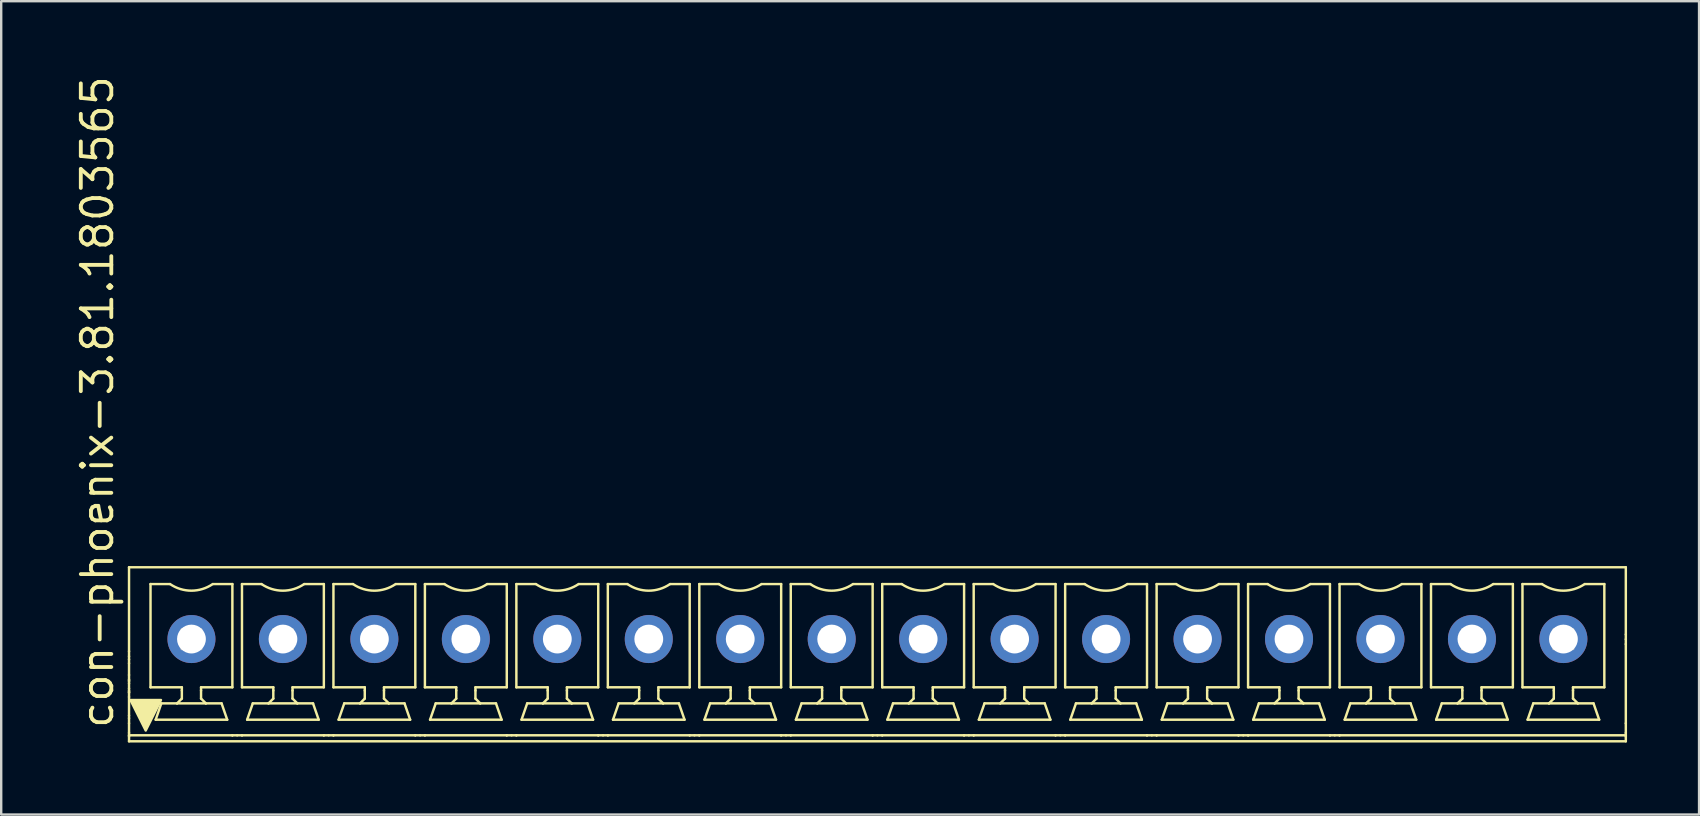
<source format=kicad_pcb>
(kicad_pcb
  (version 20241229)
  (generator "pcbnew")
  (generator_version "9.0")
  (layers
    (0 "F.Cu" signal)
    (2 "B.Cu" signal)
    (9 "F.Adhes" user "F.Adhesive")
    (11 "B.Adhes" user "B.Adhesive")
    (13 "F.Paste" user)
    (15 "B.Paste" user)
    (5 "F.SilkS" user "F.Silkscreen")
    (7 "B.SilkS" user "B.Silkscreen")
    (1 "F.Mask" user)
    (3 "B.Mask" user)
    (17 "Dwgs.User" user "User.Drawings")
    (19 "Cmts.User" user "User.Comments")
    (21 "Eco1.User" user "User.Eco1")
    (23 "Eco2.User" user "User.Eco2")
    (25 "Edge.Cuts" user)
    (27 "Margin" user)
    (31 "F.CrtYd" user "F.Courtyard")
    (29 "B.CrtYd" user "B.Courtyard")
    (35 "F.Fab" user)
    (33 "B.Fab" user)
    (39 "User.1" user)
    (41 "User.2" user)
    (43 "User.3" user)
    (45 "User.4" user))
  (footprint "con-phoenix-3.81.1803565"
    (layer "F.Cu")
    (at 33.5 24.205)
    (property "Reference" "con-phoenix-3.81.1803565" (at -31.75 3.175 90) (layer "F.SilkS") (effects (font (size 1.27 1.27) (thickness 0.16)) (justify left bottom)))
    (attr through_hole)
    (fp_line (start -31.175 -0.125) (end -31.175 -3.625) (stroke (width 0.102) (type default)) (layer "F.SilkS"))
    (fp_line (start -31.175 0.086) (end -31.175 -0.125) (stroke (width 0.102) (type default)) (layer "F.SilkS"))
    (fp_line (start -31.175 0.217) (end -31.175 0.086) (stroke (width 0.102) (type default)) (layer "F.SilkS"))
    (fp_line (start -31.175 0.375) (end -31.175 0.217) (stroke (width 0.102) (type default)) (layer "F.SilkS"))
    (fp_line (start -31.175 0.863) (end -31.175 0.375) (stroke (width 0.102) (type default)) (layer "F.SilkS"))
    (fp_line (start -31.175 1.051) (end -31.175 0.863) (stroke (width 0.102) (type default)) (layer "F.SilkS"))
    (fp_line (start -31.175 1.091) (end -31.175 1.051) (stroke (width 0.102) (type default)) (layer "F.SilkS"))
    (fp_line (start -31.175 1.121) (end -31.175 1.091) (stroke (width 0.102) (type default)) (layer "F.SilkS"))
    (fp_line (start -31.175 1.21) (end -31.175 1.121) (stroke (width 0.102) (type default)) (layer "F.SilkS"))
    (fp_line (start -31.175 1.43) (end -31.175 1.21) (stroke (width 0.102) (type default)) (layer "F.SilkS"))
    (fp_line (start -31.175 1.519) (end -31.175 1.43) (stroke (width 0.102) (type default)) (layer "F.SilkS"))
    (fp_line (start -31.175 1.548) (end -31.175 1.519) (stroke (width 0.102) (type default)) (layer "F.SilkS"))
    (fp_line (start -31.175 1.588) (end -31.175 1.548) (stroke (width 0.102) (type default)) (layer "F.SilkS"))
    (fp_line (start -31.175 1.601) (end -31.175 1.588) (stroke (width 0.102) (type default)) (layer "F.SilkS"))
    (fp_line (start -31.175 1.777) (end -31.175 1.601) (stroke (width 0.102) (type default)) (layer "F.SilkS"))
    (fp_line (start -31.175 2.552) (end -31.175 1.777) (stroke (width 0.102) (type default)) (layer "F.SilkS"))
    (fp_line (start -31.175 2.664) (end -31.175 2.552) (stroke (width 0.102) (type default)) (layer "F.SilkS"))
    (fp_line (start -31.175 2.875) (end -31.175 2.664) (stroke (width 0.102) (type default)) (layer "F.SilkS"))
    (fp_line (start -31.175 3.275) (end -31.175 2.875) (stroke (width 0.102) (type default)) (layer "F.SilkS"))
    (fp_line (start -31.175 3.375) (end -31.175 3.275) (stroke (width 0.102) (type default)) (layer "F.SilkS"))
    (fp_line (start -31.175 3.375) (end -26.871 3.375) (stroke (width 0.102) (type default)) (layer "F.SilkS"))
    (fp_line (start -31.175 3.425) (end -31.175 3.375) (stroke (width 0.102) (type default)) (layer "F.SilkS"))
    (fp_line (start -31.175 3.625) (end -31.175 3.425) (stroke (width 0.102) (type default)) (layer "F.SilkS"))
    (fp_line (start -31.175 3.625) (end 31.175 3.625) (stroke (width 0.102) (type default)) (layer "F.SilkS"))
    (fp_line (start -30.28 -2.925) (end -29.475 -2.925) (stroke (width 0.102) (type default)) (layer "F.SilkS"))
    (fp_line (start -30.28 1.375) (end -30.28 -2.925) (stroke (width 0.102) (type default)) (layer "F.SilkS"))
    (fp_line (start -30.065 2.725) (end -29.83 2.045) (stroke (width 0.102) (type default)) (layer "F.SilkS"))
    (fp_line (start -29.83 2.045) (end -29.175 2.045) (stroke (width 0.102) (type default)) (layer "F.SilkS"))
    (fp_line (start -29.175 2.045) (end -28.975 1.845) (stroke (width 0.102) (type default)) (layer "F.SilkS"))
    (fp_line (start -29.175 2.045) (end -27.975 2.045) (stroke (width 0.102) (type default)) (layer "F.SilkS"))
    (fp_line (start -28.975 1.375) (end -30.28 1.375) (stroke (width 0.102) (type default)) (layer "F.SilkS"))
    (fp_line (start -28.975 1.509) (end -28.975 1.375) (stroke (width 0.102) (type default)) (layer "F.SilkS"))
    (fp_line (start -28.975 1.845) (end -28.975 1.509) (stroke (width 0.102) (type default)) (layer "F.SilkS"))
    (fp_line (start -28.175 1.375) (end -28.175 1.509) (stroke (width 0.102) (type default)) (layer "F.SilkS"))
    (fp_line (start -28.175 1.509) (end -28.175 1.845) (stroke (width 0.102) (type default)) (layer "F.SilkS"))
    (fp_line (start -28.175 1.845) (end -27.975 2.045) (stroke (width 0.102) (type default)) (layer "F.SilkS"))
    (fp_line (start -27.975 2.045) (end -27.32 2.045) (stroke (width 0.102) (type default)) (layer "F.SilkS"))
    (fp_line (start -27.675 -2.925) (end -26.87 -2.925) (stroke (width 0.102) (type default)) (layer "F.SilkS"))
    (fp_line (start -27.32 2.045) (end -27.085 2.725) (stroke (width 0.102) (type default)) (layer "F.SilkS"))
    (fp_line (start -27.085 2.725) (end -30.065 2.725) (stroke (width 0.102) (type default)) (layer "F.SilkS"))
    (fp_line (start -26.871 3.375) (end -26.87 3.375) (stroke (width 0.102) (type default)) (layer "F.SilkS"))
    (fp_line (start -26.87 1.375) (end -28.175 1.375) (stroke (width 0.102) (type default)) (layer "F.SilkS"))
    (fp_line (start -26.87 1.375) (end -26.87 -2.925) (stroke (width 0.102) (type default)) (layer "F.SilkS"))
    (fp_line (start -26.87 3.375) (end -26.67 3.375) (stroke (width 0.102) (type default)) (layer "F.SilkS"))
    (fp_line (start -26.67 3.375) (end -26.47 3.375) (stroke (width 0.102) (type default)) (layer "F.SilkS"))
    (fp_line (start -26.47 -2.925) (end -25.665 -2.925) (stroke (width 0.102) (type default)) (layer "F.SilkS"))
    (fp_line (start -26.47 1.375) (end -26.47 -2.925) (stroke (width 0.102) (type default)) (layer "F.SilkS"))
    (fp_line (start -26.47 3.375) (end -26.469 3.375) (stroke (width 0.102) (type default)) (layer "F.SilkS"))
    (fp_line (start -26.469 3.375) (end -23.061 3.375) (stroke (width 0.102) (type default)) (layer "F.SilkS"))
    (fp_line (start -26.255 2.725) (end -23.275 2.725) (stroke (width 0.102) (type default)) (layer "F.SilkS"))
    (fp_line (start -26.02 2.045) (end -26.255 2.725) (stroke (width 0.102) (type default)) (layer "F.SilkS"))
    (fp_line (start -25.365 2.045) (end -26.02 2.045) (stroke (width 0.102) (type default)) (layer "F.SilkS"))
    (fp_line (start -25.365 2.045) (end -25.165 1.845) (stroke (width 0.102) (type default)) (layer "F.SilkS"))
    (fp_line (start -25.365 2.045) (end -24.165 2.045) (stroke (width 0.102) (type default)) (layer "F.SilkS"))
    (fp_line (start -25.165 1.375) (end -26.47 1.375) (stroke (width 0.102) (type default)) (layer "F.SilkS"))
    (fp_line (start -25.165 1.375) (end -25.165 1.509) (stroke (width 0.102) (type default)) (layer "F.SilkS"))
    (fp_line (start -25.165 1.509) (end -25.165 1.845) (stroke (width 0.102) (type default)) (layer "F.SilkS"))
    (fp_line (start -24.365 1.375) (end -24.365 1.509) (stroke (width 0.102) (type default)) (layer "F.SilkS"))
    (fp_line (start -24.365 1.509) (end -24.365 1.845) (stroke (width 0.102) (type default)) (layer "F.SilkS"))
    (fp_line (start -24.365 1.845) (end -24.165 2.045) (stroke (width 0.102) (type default)) (layer "F.SilkS"))
    (fp_line (start -24.165 2.045) (end -23.51 2.045) (stroke (width 0.102) (type default)) (layer "F.SilkS"))
    (fp_line (start -23.865 -2.925) (end -23.06 -2.925) (stroke (width 0.102) (type default)) (layer "F.SilkS"))
    (fp_line (start -23.51 2.045) (end -23.275 2.725) (stroke (width 0.102) (type default)) (layer "F.SilkS"))
    (fp_line (start -23.061 3.375) (end -23.06 3.375) (stroke (width 0.102) (type default)) (layer "F.SilkS"))
    (fp_line (start -23.06 1.375) (end -24.365 1.375) (stroke (width 0.102) (type default)) (layer "F.SilkS"))
    (fp_line (start -23.06 1.375) (end -23.06 -2.925) (stroke (width 0.102) (type default)) (layer "F.SilkS"))
    (fp_line (start -23.06 3.375) (end -22.86 3.375) (stroke (width 0.102) (type default)) (layer "F.SilkS"))
    (fp_line (start -22.86 3.375) (end -22.66 3.375) (stroke (width 0.102) (type default)) (layer "F.SilkS"))
    (fp_line (start -22.66 -2.925) (end -21.855 -2.925) (stroke (width 0.102) (type default)) (layer "F.SilkS"))
    (fp_line (start -22.66 1.375) (end -22.66 -2.925) (stroke (width 0.102) (type default)) (layer "F.SilkS"))
    (fp_line (start -22.66 3.375) (end -22.659 3.375) (stroke (width 0.102) (type default)) (layer "F.SilkS"))
    (fp_line (start -22.659 3.375) (end -19.251 3.375) (stroke (width 0.102) (type default)) (layer "F.SilkS"))
    (fp_line (start -22.445 2.725) (end -22.21 2.045) (stroke (width 0.102) (type default)) (layer "F.SilkS"))
    (fp_line (start -21.555 2.045) (end -22.21 2.045) (stroke (width 0.102) (type default)) (layer "F.SilkS"))
    (fp_line (start -21.555 2.045) (end -21.355 1.845) (stroke (width 0.102) (type default)) (layer "F.SilkS"))
    (fp_line (start -21.555 2.045) (end -20.355 2.045) (stroke (width 0.102) (type default)) (layer "F.SilkS"))
    (fp_line (start -21.355 1.375) (end -22.66 1.375) (stroke (width 0.102) (type default)) (layer "F.SilkS"))
    (fp_line (start -21.355 1.509) (end -21.355 1.375) (stroke (width 0.102) (type default)) (layer "F.SilkS"))
    (fp_line (start -21.355 1.509) (end -21.355 1.845) (stroke (width 0.102) (type default)) (layer "F.SilkS"))
    (fp_line (start -20.555 1.375) (end -20.555 1.509) (stroke (width 0.102) (type default)) (layer "F.SilkS"))
    (fp_line (start -20.555 1.509) (end -20.555 1.845) (stroke (width 0.102) (type default)) (layer "F.SilkS"))
    (fp_line (start -20.555 1.845) (end -20.355 2.045) (stroke (width 0.102) (type default)) (layer "F.SilkS"))
    (fp_line (start -20.055 -2.925) (end -19.25 -2.925) (stroke (width 0.102) (type default)) (layer "F.SilkS"))
    (fp_line (start -19.7 2.045) (end -20.355 2.045) (stroke (width 0.102) (type default)) (layer "F.SilkS"))
    (fp_line (start -19.465 2.725) (end -22.445 2.725) (stroke (width 0.102) (type default)) (layer "F.SilkS"))
    (fp_line (start -19.465 2.725) (end -19.7 2.045) (stroke (width 0.102) (type default)) (layer "F.SilkS"))
    (fp_line (start -19.251 3.375) (end -19.25 3.375) (stroke (width 0.102) (type default)) (layer "F.SilkS"))
    (fp_line (start -19.25 1.375) (end -20.555 1.375) (stroke (width 0.102) (type default)) (layer "F.SilkS"))
    (fp_line (start -19.25 1.375) (end -19.25 -2.925) (stroke (width 0.102) (type default)) (layer "F.SilkS"))
    (fp_line (start -19.25 3.375) (end -19.05 3.375) (stroke (width 0.102) (type default)) (layer "F.SilkS"))
    (fp_line (start -19.05 3.375) (end -18.85 3.375) (stroke (width 0.102) (type default)) (layer "F.SilkS"))
    (fp_line (start -18.85 -2.925) (end -18.045 -2.925) (stroke (width 0.102) (type default)) (layer "F.SilkS"))
    (fp_line (start -18.85 1.375) (end -18.85 -2.925) (stroke (width 0.102) (type default)) (layer "F.SilkS"))
    (fp_line (start -18.85 3.375) (end -18.849 3.375) (stroke (width 0.102) (type default)) (layer "F.SilkS"))
    (fp_line (start -18.849 3.375) (end -15.441 3.375) (stroke (width 0.102) (type default)) (layer "F.SilkS"))
    (fp_line (start -18.635 2.725) (end -18.4 2.045) (stroke (width 0.102) (type default)) (layer "F.SilkS"))
    (fp_line (start -18.4 2.045) (end -17.745 2.045) (stroke (width 0.102) (type default)) (layer "F.SilkS"))
    (fp_line (start -17.745 2.045) (end -17.545 1.845) (stroke (width 0.102) (type default)) (layer "F.SilkS"))
    (fp_line (start -17.745 2.045) (end -16.545 2.045) (stroke (width 0.102) (type default)) (layer "F.SilkS"))
    (fp_line (start -17.545 1.375) (end -18.85 1.375) (stroke (width 0.102) (type default)) (layer "F.SilkS"))
    (fp_line (start -17.545 1.509) (end -17.545 1.375) (stroke (width 0.102) (type default)) (layer "F.SilkS"))
    (fp_line (start -17.545 1.509) (end -17.545 1.845) (stroke (width 0.102) (type default)) (layer "F.SilkS"))
    (fp_line (start -16.745 1.375) (end -16.745 1.509) (stroke (width 0.102) (type default)) (layer "F.SilkS"))
    (fp_line (start -16.745 1.509) (end -16.745 1.845) (stroke (width 0.102) (type default)) (layer "F.SilkS"))
    (fp_line (start -16.745 1.845) (end -16.545 2.045) (stroke (width 0.102) (type default)) (layer "F.SilkS"))
    (fp_line (start -16.545 2.045) (end -15.89 2.045) (stroke (width 0.102) (type default)) (layer "F.SilkS"))
    (fp_line (start -16.245 -2.925) (end -15.44 -2.925) (stroke (width 0.102) (type default)) (layer "F.SilkS"))
    (fp_line (start -15.655 2.725) (end -18.635 2.725) (stroke (width 0.102) (type default)) (layer "F.SilkS"))
    (fp_line (start -15.655 2.725) (end -15.89 2.045) (stroke (width 0.102) (type default)) (layer "F.SilkS"))
    (fp_line (start -15.441 3.375) (end -15.44 3.375) (stroke (width 0.102) (type default)) (layer "F.SilkS"))
    (fp_line (start -15.44 1.375) (end -16.745 1.375) (stroke (width 0.102) (type default)) (layer "F.SilkS"))
    (fp_line (start -15.44 1.375) (end -15.44 -2.925) (stroke (width 0.102) (type default)) (layer "F.SilkS"))
    (fp_line (start -15.44 3.375) (end -15.24 3.375) (stroke (width 0.102) (type default)) (layer "F.SilkS"))
    (fp_line (start -15.24 3.375) (end -15.04 3.375) (stroke (width 0.102) (type default)) (layer "F.SilkS"))
    (fp_line (start -15.04 -2.925) (end -14.235 -2.925) (stroke (width 0.102) (type default)) (layer "F.SilkS"))
    (fp_line (start -15.04 1.375) (end -15.04 -2.925) (stroke (width 0.102) (type default)) (layer "F.SilkS"))
    (fp_line (start -15.04 3.375) (end -15.039 3.375) (stroke (width 0.102) (type default)) (layer "F.SilkS"))
    (fp_line (start -15.039 3.375) (end -11.631 3.375) (stroke (width 0.102) (type default)) (layer "F.SilkS"))
    (fp_line (start -14.825 2.725) (end -14.59 2.045) (stroke (width 0.102) (type default)) (layer "F.SilkS"))
    (fp_line (start -14.825 2.725) (end -11.845 2.725) (stroke (width 0.102) (type default)) (layer "F.SilkS"))
    (fp_line (start -14.59 2.045) (end -13.935 2.045) (stroke (width 0.102) (type default)) (layer "F.SilkS"))
    (fp_line (start -13.935 2.045) (end -13.735 1.845) (stroke (width 0.102) (type default)) (layer "F.SilkS"))
    (fp_line (start -13.935 2.045) (end -12.735 2.045) (stroke (width 0.102) (type default)) (layer "F.SilkS"))
    (fp_line (start -13.735 1.375) (end -15.04 1.375) (stroke (width 0.102) (type default)) (layer "F.SilkS"))
    (fp_line (start -13.735 1.509) (end -13.735 1.375) (stroke (width 0.102) (type default)) (layer "F.SilkS"))
    (fp_line (start -13.735 1.509) (end -13.735 1.845) (stroke (width 0.102) (type default)) (layer "F.SilkS"))
    (fp_line (start -12.935 1.375) (end -12.935 1.509) (stroke (width 0.102) (type default)) (layer "F.SilkS"))
    (fp_line (start -12.935 1.509) (end -12.935 1.845) (stroke (width 0.102) (type default)) (layer "F.SilkS"))
    (fp_line (start -12.935 1.845) (end -12.735 2.045) (stroke (width 0.102) (type default)) (layer "F.SilkS"))
    (fp_line (start -12.735 2.045) (end -12.08 2.045) (stroke (width 0.102) (type default)) (layer "F.SilkS"))
    (fp_line (start -12.435 -2.925) (end -11.63 -2.925) (stroke (width 0.102) (type default)) (layer "F.SilkS"))
    (fp_line (start -11.845 2.725) (end -12.08 2.045) (stroke (width 0.102) (type default)) (layer "F.SilkS"))
    (fp_line (start -11.631 3.375) (end -11.63 3.375) (stroke (width 0.102) (type default)) (layer "F.SilkS"))
    (fp_line (start -11.63 1.375) (end -12.935 1.375) (stroke (width 0.102) (type default)) (layer "F.SilkS"))
    (fp_line (start -11.63 1.375) (end -11.63 -2.925) (stroke (width 0.102) (type default)) (layer "F.SilkS"))
    (fp_line (start -11.63 3.375) (end -11.43 3.375) (stroke (width 0.102) (type default)) (layer "F.SilkS"))
    (fp_line (start -11.43 3.375) (end -11.23 3.375) (stroke (width 0.102) (type default)) (layer "F.SilkS"))
    (fp_line (start -11.23 -2.925) (end -10.425 -2.925) (stroke (width 0.102) (type default)) (layer "F.SilkS"))
    (fp_line (start -11.23 1.375) (end -11.23 -2.925) (stroke (width 0.102) (type default)) (layer "F.SilkS"))
    (fp_line (start -11.23 3.375) (end -11.229 3.375) (stroke (width 0.102) (type default)) (layer "F.SilkS"))
    (fp_line (start -11.229 3.375) (end -7.821 3.375) (stroke (width 0.102) (type default)) (layer "F.SilkS"))
    (fp_line (start -11.015 2.725) (end -10.78 2.045) (stroke (width 0.102) (type default)) (layer "F.SilkS"))
    (fp_line (start -11.015 2.725) (end -8.035 2.725) (stroke (width 0.102) (type default)) (layer "F.SilkS"))
    (fp_line (start -10.125 2.045) (end -10.78 2.045) (stroke (width 0.102) (type default)) (layer "F.SilkS"))
    (fp_line (start -10.125 2.045) (end -9.925 1.845) (stroke (width 0.102) (type default)) (layer "F.SilkS"))
    (fp_line (start -10.125 2.045) (end -8.925 2.045) (stroke (width 0.102) (type default)) (layer "F.SilkS"))
    (fp_line (start -9.925 1.375) (end -11.23 1.375) (stroke (width 0.102) (type default)) (layer "F.SilkS"))
    (fp_line (start -9.925 1.509) (end -9.925 1.375) (stroke (width 0.102) (type default)) (layer "F.SilkS"))
    (fp_line (start -9.925 1.509) (end -9.925 1.845) (stroke (width 0.102) (type default)) (layer "F.SilkS"))
    (fp_line (start -9.125 1.375) (end -9.125 1.509) (stroke (width 0.102) (type default)) (layer "F.SilkS"))
    (fp_line (start -9.125 1.509) (end -9.125 1.845) (stroke (width 0.102) (type default)) (layer "F.SilkS"))
    (fp_line (start -9.125 1.845) (end -8.925 2.045) (stroke (width 0.102) (type default)) (layer "F.SilkS"))
    (fp_line (start -8.625 -2.925) (end -7.82 -2.925) (stroke (width 0.102) (type default)) (layer "F.SilkS"))
    (fp_line (start -8.27 2.045) (end -8.925 2.045) (stroke (width 0.102) (type default)) (layer "F.SilkS"))
    (fp_line (start -8.035 2.725) (end -8.27 2.045) (stroke (width 0.102) (type default)) (layer "F.SilkS"))
    (fp_line (start -7.821 3.375) (end -7.82 3.375) (stroke (width 0.102) (type default)) (layer "F.SilkS"))
    (fp_line (start -7.82 1.375) (end -9.125 1.375) (stroke (width 0.102) (type default)) (layer "F.SilkS"))
    (fp_line (start -7.82 1.375) (end -7.82 -2.925) (stroke (width 0.102) (type default)) (layer "F.SilkS"))
    (fp_line (start -7.82 3.375) (end -7.62 3.375) (stroke (width 0.102) (type default)) (layer "F.SilkS"))
    (fp_line (start -7.62 3.375) (end -7.42 3.375) (stroke (width 0.102) (type default)) (layer "F.SilkS"))
    (fp_line (start -7.42 -2.925) (end -6.615 -2.925) (stroke (width 0.102) (type default)) (layer "F.SilkS"))
    (fp_line (start -7.42 1.375) (end -7.42 -2.925) (stroke (width 0.102) (type default)) (layer "F.SilkS"))
    (fp_line (start -7.42 3.375) (end -7.419 3.375) (stroke (width 0.102) (type default)) (layer "F.SilkS"))
    (fp_line (start -7.419 3.375) (end -4.011 3.375) (stroke (width 0.102) (type default)) (layer "F.SilkS"))
    (fp_line (start -7.205 2.725) (end -6.97 2.045) (stroke (width 0.102) (type default)) (layer "F.SilkS"))
    (fp_line (start -7.205 2.725) (end -4.225 2.725) (stroke (width 0.102) (type default)) (layer "F.SilkS"))
    (fp_line (start -6.97 2.045) (end -6.315 2.045) (stroke (width 0.102) (type default)) (layer "F.SilkS"))
    (fp_line (start -6.315 2.045) (end -6.115 1.845) (stroke (width 0.102) (type default)) (layer "F.SilkS"))
    (fp_line (start -6.315 2.045) (end -5.115 2.045) (stroke (width 0.102) (type default)) (layer "F.SilkS"))
    (fp_line (start -6.115 1.375) (end -7.42 1.375) (stroke (width 0.102) (type default)) (layer "F.SilkS"))
    (fp_line (start -6.115 1.509) (end -6.115 1.375) (stroke (width 0.102) (type default)) (layer "F.SilkS"))
    (fp_line (start -6.115 1.509) (end -6.115 1.845) (stroke (width 0.102) (type default)) (layer "F.SilkS"))
    (fp_line (start -5.315 1.375) (end -5.315 1.509) (stroke (width 0.102) (type default)) (layer "F.SilkS"))
    (fp_line (start -5.315 1.509) (end -5.315 1.845) (stroke (width 0.102) (type default)) (layer "F.SilkS"))
    (fp_line (start -5.315 1.845) (end -5.115 2.045) (stroke (width 0.102) (type default)) (layer "F.SilkS"))
    (fp_line (start -5.115 2.045) (end -4.46 2.045) (stroke (width 0.102) (type default)) (layer "F.SilkS"))
    (fp_line (start -4.815 -2.925) (end -4.01 -2.925) (stroke (width 0.102) (type default)) (layer "F.SilkS"))
    (fp_line (start -4.225 2.725) (end -4.46 2.045) (stroke (width 0.102) (type default)) (layer "F.SilkS"))
    (fp_line (start -4.011 3.375) (end -4.01 3.375) (stroke (width 0.102) (type default)) (layer "F.SilkS"))
    (fp_line (start -4.01 1.375) (end -5.315 1.375) (stroke (width 0.102) (type default)) (layer "F.SilkS"))
    (fp_line (start -4.01 1.375) (end -4.01 -2.925) (stroke (width 0.102) (type default)) (layer "F.SilkS"))
    (fp_line (start -4.01 3.375) (end -3.81 3.375) (stroke (width 0.102) (type default)) (layer "F.SilkS"))
    (fp_line (start -3.81 3.375) (end -3.61 3.375) (stroke (width 0.102) (type default)) (layer "F.SilkS"))
    (fp_line (start -3.61 -2.925) (end -2.805 -2.925) (stroke (width 0.102) (type default)) (layer "F.SilkS"))
    (fp_line (start -3.61 1.375) (end -3.61 -2.925) (stroke (width 0.102) (type default)) (layer "F.SilkS"))
    (fp_line (start -3.61 3.375) (end -3.609 3.375) (stroke (width 0.102) (type default)) (layer "F.SilkS"))
    (fp_line (start -3.609 3.375) (end -0.201 3.375) (stroke (width 0.102) (type default)) (layer "F.SilkS"))
    (fp_line (start -3.395 2.725) (end -3.16 2.045) (stroke (width 0.102) (type default)) (layer "F.SilkS"))
    (fp_line (start -3.395 2.725) (end -0.415 2.725) (stroke (width 0.102) (type default)) (layer "F.SilkS"))
    (fp_line (start -2.505 2.045) (end -3.16 2.045) (stroke (width 0.102) (type default)) (layer "F.SilkS"))
    (fp_line (start -2.505 2.045) (end -2.305 1.845) (stroke (width 0.102) (type default)) (layer "F.SilkS"))
    (fp_line (start -2.505 2.045) (end -1.305 2.045) (stroke (width 0.102) (type default)) (layer "F.SilkS"))
    (fp_line (start -2.305 1.375) (end -3.61 1.375) (stroke (width 0.102) (type default)) (layer "F.SilkS"))
    (fp_line (start -2.305 1.509) (end -2.305 1.375) (stroke (width 0.102) (type default)) (layer "F.SilkS"))
    (fp_line (start -2.305 1.509) (end -2.305 1.845) (stroke (width 0.102) (type default)) (layer "F.SilkS"))
    (fp_line (start -1.505 1.375) (end -1.505 1.509) (stroke (width 0.102) (type default)) (layer "F.SilkS"))
    (fp_line (start -1.505 1.509) (end -1.505 1.845) (stroke (width 0.102) (type default)) (layer "F.SilkS"))
    (fp_line (start -1.505 1.845) (end -1.305 2.045) (stroke (width 0.102) (type default)) (layer "F.SilkS"))
    (fp_line (start -1.005 -2.925) (end -0.2 -2.925) (stroke (width 0.102) (type default)) (layer "F.SilkS"))
    (fp_line (start -0.65 2.045) (end -1.305 2.045) (stroke (width 0.102) (type default)) (layer "F.SilkS"))
    (fp_line (start -0.415 2.725) (end -0.65 2.045) (stroke (width 0.102) (type default)) (layer "F.SilkS"))
    (fp_line (start -0.201 3.375) (end -0.2 3.375) (stroke (width 0.102) (type default)) (layer "F.SilkS"))
    (fp_line (start -0.2 1.375) (end -1.505 1.375) (stroke (width 0.102) (type default)) (layer "F.SilkS"))
    (fp_line (start -0.2 1.375) (end -0.2 -2.925) (stroke (width 0.102) (type default)) (layer "F.SilkS"))
    (fp_line (start -0.2 3.375) (end 0 3.375) (stroke (width 0.102) (type default)) (layer "F.SilkS"))
    (fp_line (start 0 3.375) (end 0.2 3.375) (stroke (width 0.102) (type default)) (layer "F.SilkS"))
    (fp_line (start 0.2 -2.925) (end 1.005 -2.925) (stroke (width 0.102) (type default)) (layer "F.SilkS"))
    (fp_line (start 0.2 1.375) (end 0.2 -2.925) (stroke (width 0.102) (type default)) (layer "F.SilkS"))
    (fp_line (start 0.2 3.375) (end 0.201 3.375) (stroke (width 0.102) (type default)) (layer "F.SilkS"))
    (fp_line (start 0.201 3.375) (end 3.609 3.375) (stroke (width 0.102) (type default)) (layer "F.SilkS"))
    (fp_line (start 0.415 2.725) (end 0.65 2.045) (stroke (width 0.102) (type default)) (layer "F.SilkS"))
    (fp_line (start 0.415 2.725) (end 3.395 2.725) (stroke (width 0.102) (type default)) (layer "F.SilkS"))
    (fp_line (start 0.65 2.045) (end 1.305 2.045) (stroke (width 0.102) (type default)) (layer "F.SilkS"))
    (fp_line (start 1.305 2.045) (end 1.505 1.845) (stroke (width 0.102) (type default)) (layer "F.SilkS"))
    (fp_line (start 1.305 2.045) (end 2.505 2.045) (stroke (width 0.102) (type default)) (layer "F.SilkS"))
    (fp_line (start 1.505 1.375) (end 0.2 1.375) (stroke (width 0.102) (type default)) (layer "F.SilkS"))
    (fp_line (start 1.505 1.509) (end 1.505 1.375) (stroke (width 0.102) (type default)) (layer "F.SilkS"))
    (fp_line (start 1.505 1.509) (end 1.505 1.845) (stroke (width 0.102) (type default)) (layer "F.SilkS"))
    (fp_line (start 2.305 1.375) (end 2.305 1.509) (stroke (width 0.102) (type default)) (layer "F.SilkS"))
    (fp_line (start 2.305 1.509) (end 2.305 1.845) (stroke (width 0.102) (type default)) (layer "F.SilkS"))
    (fp_line (start 2.305 1.845) (end 2.505 2.045) (stroke (width 0.102) (type default)) (layer "F.SilkS"))
    (fp_line (start 2.505 2.045) (end 3.16 2.045) (stroke (width 0.102) (type default)) (layer "F.SilkS"))
    (fp_line (start 2.805 -2.925) (end 3.61 -2.925) (stroke (width 0.102) (type default)) (layer "F.SilkS"))
    (fp_line (start 3.395 2.725) (end 3.16 2.045) (stroke (width 0.102) (type default)) (layer "F.SilkS"))
    (fp_line (start 3.609 3.375) (end 3.61 3.375) (stroke (width 0.102) (type default)) (layer "F.SilkS"))
    (fp_line (start 3.61 1.375) (end 2.305 1.375) (stroke (width 0.102) (type default)) (layer "F.SilkS"))
    (fp_line (start 3.61 1.375) (end 3.61 -2.925) (stroke (width 0.102) (type default)) (layer "F.SilkS"))
    (fp_line (start 3.61 3.375) (end 3.81 3.375) (stroke (width 0.102) (type default)) (layer "F.SilkS"))
    (fp_line (start 3.81 3.375) (end 4.01 3.375) (stroke (width 0.102) (type default)) (layer "F.SilkS"))
    (fp_line (start 4.01 -2.925) (end 4.815 -2.925) (stroke (width 0.102) (type default)) (layer "F.SilkS"))
    (fp_line (start 4.01 1.375) (end 4.01 -2.925) (stroke (width 0.102) (type default)) (layer "F.SilkS"))
    (fp_line (start 4.01 3.375) (end 4.011 3.375) (stroke (width 0.102) (type default)) (layer "F.SilkS"))
    (fp_line (start 4.011 3.375) (end 7.419 3.375) (stroke (width 0.102) (type default)) (layer "F.SilkS"))
    (fp_line (start 4.225 2.725) (end 4.46 2.045) (stroke (width 0.102) (type default)) (layer "F.SilkS"))
    (fp_line (start 5.115 2.045) (end 4.46 2.045) (stroke (width 0.102) (type default)) (layer "F.SilkS"))
    (fp_line (start 5.115 2.045) (end 5.315 1.845) (stroke (width 0.102) (type default)) (layer "F.SilkS"))
    (fp_line (start 5.315 1.375) (end 4.01 1.375) (stroke (width 0.102) (type default)) (layer "F.SilkS"))
    (fp_line (start 5.315 1.509) (end 5.315 1.375) (stroke (width 0.102) (type default)) (layer "F.SilkS"))
    (fp_line (start 5.315 1.509) (end 5.315 1.845) (stroke (width 0.102) (type default)) (layer "F.SilkS"))
    (fp_line (start 6.115 1.375) (end 6.115 1.509) (stroke (width 0.102) (type default)) (layer "F.SilkS"))
    (fp_line (start 6.115 1.509) (end 6.115 1.845) (stroke (width 0.102) (type default)) (layer "F.SilkS"))
    (fp_line (start 6.115 1.845) (end 6.315 2.045) (stroke (width 0.102) (type default)) (layer "F.SilkS"))
    (fp_line (start 6.315 2.045) (end 5.115 2.045) (stroke (width 0.102) (type default)) (layer "F.SilkS"))
    (fp_line (start 6.615 -2.925) (end 7.42 -2.925) (stroke (width 0.102) (type default)) (layer "F.SilkS"))
    (fp_line (start 6.97 2.045) (end 6.315 2.045) (stroke (width 0.102) (type default)) (layer "F.SilkS"))
    (fp_line (start 7.205 2.725) (end 4.225 2.725) (stroke (width 0.102) (type default)) (layer "F.SilkS"))
    (fp_line (start 7.205 2.725) (end 6.97 2.045) (stroke (width 0.102) (type default)) (layer "F.SilkS"))
    (fp_line (start 7.419 3.375) (end 7.42 3.375) (stroke (width 0.102) (type default)) (layer "F.SilkS"))
    (fp_line (start 7.42 1.375) (end 6.115 1.375) (stroke (width 0.102) (type default)) (layer "F.SilkS"))
    (fp_line (start 7.42 1.375) (end 7.42 -2.925) (stroke (width 0.102) (type default)) (layer "F.SilkS"))
    (fp_line (start 7.42 3.375) (end 7.62 3.375) (stroke (width 0.102) (type default)) (layer "F.SilkS"))
    (fp_line (start 7.62 3.375) (end 7.82 3.375) (stroke (width 0.102) (type default)) (layer "F.SilkS"))
    (fp_line (start 7.82 -2.925) (end 8.625 -2.925) (stroke (width 0.102) (type default)) (layer "F.SilkS"))
    (fp_line (start 7.82 1.375) (end 7.82 -2.925) (stroke (width 0.102) (type default)) (layer "F.SilkS"))
    (fp_line (start 7.82 3.375) (end 7.821 3.375) (stroke (width 0.102) (type default)) (layer "F.SilkS"))
    (fp_line (start 7.821 3.375) (end 11.229 3.375) (stroke (width 0.102) (type default)) (layer "F.SilkS"))
    (fp_line (start 8.035 2.725) (end 8.27 2.045) (stroke (width 0.102) (type default)) (layer "F.SilkS"))
    (fp_line (start 8.925 2.045) (end 8.27 2.045) (stroke (width 0.102) (type default)) (layer "F.SilkS"))
    (fp_line (start 8.925 2.045) (end 9.125 1.845) (stroke (width 0.102) (type default)) (layer "F.SilkS"))
    (fp_line (start 8.925 2.045) (end 10.125 2.045) (stroke (width 0.102) (type default)) (layer "F.SilkS"))
    (fp_line (start 9.125 1.375) (end 7.82 1.375) (stroke (width 0.102) (type default)) (layer "F.SilkS"))
    (fp_line (start 9.125 1.509) (end 9.125 1.375) (stroke (width 0.102) (type default)) (layer "F.SilkS"))
    (fp_line (start 9.125 1.509) (end 9.125 1.845) (stroke (width 0.102) (type default)) (layer "F.SilkS"))
    (fp_line (start 9.925 1.375) (end 9.925 1.509) (stroke (width 0.102) (type default)) (layer "F.SilkS"))
    (fp_line (start 9.925 1.509) (end 9.925 1.845) (stroke (width 0.102) (type default)) (layer "F.SilkS"))
    (fp_line (start 9.925 1.845) (end 10.125 2.045) (stroke (width 0.102) (type default)) (layer "F.SilkS"))
    (fp_line (start 10.425 -2.925) (end 11.23 -2.925) (stroke (width 0.102) (type default)) (layer "F.SilkS"))
    (fp_line (start 10.78 2.045) (end 10.125 2.045) (stroke (width 0.102) (type default)) (layer "F.SilkS"))
    (fp_line (start 11.015 2.725) (end 8.035 2.725) (stroke (width 0.102) (type default)) (layer "F.SilkS"))
    (fp_line (start 11.015 2.725) (end 10.78 2.045) (stroke (width 0.102) (type default)) (layer "F.SilkS"))
    (fp_line (start 11.229 3.375) (end 11.23 3.375) (stroke (width 0.102) (type default)) (layer "F.SilkS"))
    (fp_line (start 11.23 1.375) (end 9.925 1.375) (stroke (width 0.102) (type default)) (layer "F.SilkS"))
    (fp_line (start 11.23 1.375) (end 11.23 -2.925) (stroke (width 0.102) (type default)) (layer "F.SilkS"))
    (fp_line (start 11.23 3.375) (end 11.43 3.375) (stroke (width 0.102) (type default)) (layer "F.SilkS"))
    (fp_line (start 11.43 3.375) (end 11.63 3.375) (stroke (width 0.102) (type default)) (layer "F.SilkS"))
    (fp_line (start 11.63 -2.925) (end 12.435 -2.925) (stroke (width 0.102) (type default)) (layer "F.SilkS"))
    (fp_line (start 11.63 1.375) (end 11.63 -2.925) (stroke (width 0.102) (type default)) (layer "F.SilkS"))
    (fp_line (start 11.63 3.375) (end 11.631 3.375) (stroke (width 0.102) (type default)) (layer "F.SilkS"))
    (fp_line (start 11.631 3.375) (end 15.039 3.375) (stroke (width 0.102) (type default)) (layer "F.SilkS"))
    (fp_line (start 11.845 2.725) (end 12.08 2.045) (stroke (width 0.102) (type default)) (layer "F.SilkS"))
    (fp_line (start 11.845 2.725) (end 14.825 2.725) (stroke (width 0.102) (type default)) (layer "F.SilkS"))
    (fp_line (start 12.735 2.045) (end 12.08 2.045) (stroke (width 0.102) (type default)) (layer "F.SilkS"))
    (fp_line (start 12.735 2.045) (end 12.935 1.845) (stroke (width 0.102) (type default)) (layer "F.SilkS"))
    (fp_line (start 12.735 2.045) (end 13.935 2.045) (stroke (width 0.102) (type default)) (layer "F.SilkS"))
    (fp_line (start 12.935 1.375) (end 11.63 1.375) (stroke (width 0.102) (type default)) (layer "F.SilkS"))
    (fp_line (start 12.935 1.509) (end 12.935 1.375) (stroke (width 0.102) (type default)) (layer "F.SilkS"))
    (fp_line (start 12.935 1.509) (end 12.935 1.845) (stroke (width 0.102) (type default)) (layer "F.SilkS"))
    (fp_line (start 13.735 1.375) (end 13.735 1.509) (stroke (width 0.102) (type default)) (layer "F.SilkS"))
    (fp_line (start 13.735 1.509) (end 13.735 1.845) (stroke (width 0.102) (type default)) (layer "F.SilkS"))
    (fp_line (start 13.735 1.845) (end 13.935 2.045) (stroke (width 0.102) (type default)) (layer "F.SilkS"))
    (fp_line (start 14.235 -2.925) (end 15.04 -2.925) (stroke (width 0.102) (type default)) (layer "F.SilkS"))
    (fp_line (start 14.59 2.045) (end 13.935 2.045) (stroke (width 0.102) (type default)) (layer "F.SilkS"))
    (fp_line (start 14.825 2.725) (end 14.59 2.045) (stroke (width 0.102) (type default)) (layer "F.SilkS"))
    (fp_line (start 15.039 3.375) (end 15.04 3.375) (stroke (width 0.102) (type default)) (layer "F.SilkS"))
    (fp_line (start 15.04 1.375) (end 13.735 1.375) (stroke (width 0.102) (type default)) (layer "F.SilkS"))
    (fp_line (start 15.04 1.375) (end 15.04 -2.925) (stroke (width 0.102) (type default)) (layer "F.SilkS"))
    (fp_line (start 15.04 3.375) (end 15.24 3.375) (stroke (width 0.102) (type default)) (layer "F.SilkS"))
    (fp_line (start 15.24 3.375) (end 15.44 3.375) (stroke (width 0.102) (type default)) (layer "F.SilkS"))
    (fp_line (start 15.44 -2.925) (end 16.245 -2.925) (stroke (width 0.102) (type default)) (layer "F.SilkS"))
    (fp_line (start 15.44 1.375) (end 15.44 -2.925) (stroke (width 0.102) (type default)) (layer "F.SilkS"))
    (fp_line (start 15.44 3.375) (end 15.441 3.375) (stroke (width 0.102) (type default)) (layer "F.SilkS"))
    (fp_line (start 15.441 3.375) (end 18.849 3.375) (stroke (width 0.102) (type default)) (layer "F.SilkS"))
    (fp_line (start 15.655 2.725) (end 15.89 2.045) (stroke (width 0.102) (type default)) (layer "F.SilkS"))
    (fp_line (start 15.89 2.045) (end 16.545 2.045) (stroke (width 0.102) (type default)) (layer "F.SilkS"))
    (fp_line (start 16.545 2.045) (end 16.745 1.845) (stroke (width 0.102) (type default)) (layer "F.SilkS"))
    (fp_line (start 16.545 2.045) (end 17.745 2.045) (stroke (width 0.102) (type default)) (layer "F.SilkS"))
    (fp_line (start 16.745 1.375) (end 15.44 1.375) (stroke (width 0.102) (type default)) (layer "F.SilkS"))
    (fp_line (start 16.745 1.509) (end 16.745 1.375) (stroke (width 0.102) (type default)) (layer "F.SilkS"))
    (fp_line (start 16.745 1.509) (end 16.745 1.845) (stroke (width 0.102) (type default)) (layer "F.SilkS"))
    (fp_line (start 17.545 1.375) (end 17.545 1.509) (stroke (width 0.102) (type default)) (layer "F.SilkS"))
    (fp_line (start 17.545 1.509) (end 17.545 1.845) (stroke (width 0.102) (type default)) (layer "F.SilkS"))
    (fp_line (start 17.545 1.845) (end 17.745 2.045) (stroke (width 0.102) (type default)) (layer "F.SilkS"))
    (fp_line (start 17.745 2.045) (end 18.4 2.045) (stroke (width 0.102) (type default)) (layer "F.SilkS"))
    (fp_line (start 18.045 -2.925) (end 18.85 -2.925) (stroke (width 0.102) (type default)) (layer "F.SilkS"))
    (fp_line (start 18.635 2.725) (end 15.655 2.725) (stroke (width 0.102) (type default)) (layer "F.SilkS"))
    (fp_line (start 18.635 2.725) (end 18.4 2.045) (stroke (width 0.102) (type default)) (layer "F.SilkS"))
    (fp_line (start 18.849 3.375) (end 18.85 3.375) (stroke (width 0.102) (type default)) (layer "F.SilkS"))
    (fp_line (start 18.85 1.375) (end 17.545 1.375) (stroke (width 0.102) (type default)) (layer "F.SilkS"))
    (fp_line (start 18.85 1.375) (end 18.85 -2.925) (stroke (width 0.102) (type default)) (layer "F.SilkS"))
    (fp_line (start 18.85 3.375) (end 19.05 3.375) (stroke (width 0.102) (type default)) (layer "F.SilkS"))
    (fp_line (start 19.05 3.375) (end 19.25 3.375) (stroke (width 0.102) (type default)) (layer "F.SilkS"))
    (fp_line (start 19.25 -2.925) (end 20.055 -2.925) (stroke (width 0.102) (type default)) (layer "F.SilkS"))
    (fp_line (start 19.25 1.375) (end 19.25 -2.925) (stroke (width 0.102) (type default)) (layer "F.SilkS"))
    (fp_line (start 19.25 3.375) (end 19.251 3.375) (stroke (width 0.102) (type default)) (layer "F.SilkS"))
    (fp_line (start 19.251 3.375) (end 31.175 3.375) (stroke (width 0.102) (type default)) (layer "F.SilkS"))
    (fp_line (start 19.465 2.725) (end 19.7 2.045) (stroke (width 0.102) (type default)) (layer "F.SilkS"))
    (fp_line (start 20.355 2.045) (end 19.7 2.045) (stroke (width 0.102) (type default)) (layer "F.SilkS"))
    (fp_line (start 20.355 2.045) (end 20.555 1.845) (stroke (width 0.102) (type default)) (layer "F.SilkS"))
    (fp_line (start 20.555 1.375) (end 19.25 1.375) (stroke (width 0.102) (type default)) (layer "F.SilkS"))
    (fp_line (start 20.555 1.509) (end 20.555 1.375) (stroke (width 0.102) (type default)) (layer "F.SilkS"))
    (fp_line (start 20.555 1.509) (end 20.555 1.845) (stroke (width 0.102) (type default)) (layer "F.SilkS"))
    (fp_line (start 21.355 1.375) (end 21.355 1.509) (stroke (width 0.102) (type default)) (layer "F.SilkS"))
    (fp_line (start 21.355 1.509) (end 21.355 1.845) (stroke (width 0.102) (type default)) (layer "F.SilkS"))
    (fp_line (start 21.355 1.845) (end 21.555 2.045) (stroke (width 0.102) (type default)) (layer "F.SilkS"))
    (fp_line (start 21.555 2.045) (end 20.355 2.045) (stroke (width 0.102) (type default)) (layer "F.SilkS"))
    (fp_line (start 21.855 -2.925) (end 22.66 -2.925) (stroke (width 0.102) (type default)) (layer "F.SilkS"))
    (fp_line (start 22.21 2.045) (end 21.555 2.045) (stroke (width 0.102) (type default)) (layer "F.SilkS"))
    (fp_line (start 22.21 2.045) (end 22.445 2.725) (stroke (width 0.102) (type default)) (layer "F.SilkS"))
    (fp_line (start 22.445 2.725) (end 19.465 2.725) (stroke (width 0.102) (type default)) (layer "F.SilkS"))
    (fp_line (start 22.66 1.375) (end 21.355 1.375) (stroke (width 0.102) (type default)) (layer "F.SilkS"))
    (fp_line (start 22.66 1.375) (end 22.66 -2.925) (stroke (width 0.102) (type default)) (layer "F.SilkS"))
    (fp_line (start 23.06 -2.925) (end 23.865 -2.925) (stroke (width 0.102) (type default)) (layer "F.SilkS"))
    (fp_line (start 23.06 1.375) (end 23.06 -2.925) (stroke (width 0.102) (type default)) (layer "F.SilkS"))
    (fp_line (start 23.275 2.725) (end 23.51 2.045) (stroke (width 0.102) (type default)) (layer "F.SilkS"))
    (fp_line (start 23.51 2.045) (end 24.165 2.045) (stroke (width 0.102) (type default)) (layer "F.SilkS"))
    (fp_line (start 24.165 2.045) (end 24.365 1.845) (stroke (width 0.102) (type default)) (layer "F.SilkS"))
    (fp_line (start 24.165 2.045) (end 25.365 2.045) (stroke (width 0.102) (type default)) (layer "F.SilkS"))
    (fp_line (start 24.365 1.375) (end 23.06 1.375) (stroke (width 0.102) (type default)) (layer "F.SilkS"))
    (fp_line (start 24.365 1.509) (end 24.365 1.375) (stroke (width 0.102) (type default)) (layer "F.SilkS"))
    (fp_line (start 24.365 1.509) (end 24.365 1.845) (stroke (width 0.102) (type default)) (layer "F.SilkS"))
    (fp_line (start 25.165 1.375) (end 25.165 1.509) (stroke (width 0.102) (type default)) (layer "F.SilkS"))
    (fp_line (start 25.165 1.509) (end 25.165 1.845) (stroke (width 0.102) (type default)) (layer "F.SilkS"))
    (fp_line (start 25.165 1.845) (end 25.365 2.045) (stroke (width 0.102) (type default)) (layer "F.SilkS"))
    (fp_line (start 25.365 2.045) (end 26.02 2.045) (stroke (width 0.102) (type default)) (layer "F.SilkS"))
    (fp_line (start 25.665 -2.925) (end 26.47 -2.925) (stroke (width 0.102) (type default)) (layer "F.SilkS"))
    (fp_line (start 26.255 2.725) (end 23.275 2.725) (stroke (width 0.102) (type default)) (layer "F.SilkS"))
    (fp_line (start 26.255 2.725) (end 26.02 2.045) (stroke (width 0.102) (type default)) (layer "F.SilkS"))
    (fp_line (start 26.47 1.375) (end 25.165 1.375) (stroke (width 0.102) (type default)) (layer "F.SilkS"))
    (fp_line (start 26.47 1.375) (end 26.47 -2.925) (stroke (width 0.102) (type default)) (layer "F.SilkS"))
    (fp_line (start 26.87 -2.925) (end 27.675 -2.925) (stroke (width 0.102) (type default)) (layer "F.SilkS"))
    (fp_line (start 26.87 1.375) (end 26.87 -2.925) (stroke (width 0.102) (type default)) (layer "F.SilkS"))
    (fp_line (start 27.085 2.725) (end 27.32 2.045) (stroke (width 0.102) (type default)) (layer "F.SilkS"))
    (fp_line (start 27.975 2.045) (end 27.32 2.045) (stroke (width 0.102) (type default)) (layer "F.SilkS"))
    (fp_line (start 27.975 2.045) (end 28.175 1.845) (stroke (width 0.102) (type default)) (layer "F.SilkS"))
    (fp_line (start 28.175 1.375) (end 26.87 1.375) (stroke (width 0.102) (type default)) (layer "F.SilkS"))
    (fp_line (start 28.175 1.509) (end 28.175 1.375) (stroke (width 0.102) (type default)) (layer "F.SilkS"))
    (fp_line (start 28.175 1.509) (end 28.175 1.845) (stroke (width 0.102) (type default)) (layer "F.SilkS"))
    (fp_line (start 28.975 1.375) (end 28.975 1.509) (stroke (width 0.102) (type default)) (layer "F.SilkS"))
    (fp_line (start 28.975 1.509) (end 28.975 1.845) (stroke (width 0.102) (type default)) (layer "F.SilkS"))
    (fp_line (start 28.975 1.845) (end 29.175 2.045) (stroke (width 0.102) (type default)) (layer "F.SilkS"))
    (fp_line (start 29.175 2.045) (end 27.975 2.045) (stroke (width 0.102) (type default)) (layer "F.SilkS"))
    (fp_line (start 29.475 -2.925) (end 30.28 -2.925) (stroke (width 0.102) (type default)) (layer "F.SilkS"))
    (fp_line (start 29.83 2.045) (end 29.175 2.045) (stroke (width 0.102) (type default)) (layer "F.SilkS"))
    (fp_line (start 29.83 2.045) (end 30.065 2.725) (stroke (width 0.102) (type default)) (layer "F.SilkS"))
    (fp_line (start 30.065 2.725) (end 27.085 2.725) (stroke (width 0.102) (type default)) (layer "F.SilkS"))
    (fp_line (start 30.28 1.375) (end 28.975 1.375) (stroke (width 0.102) (type default)) (layer "F.SilkS"))
    (fp_line (start 30.28 1.375) (end 30.28 -2.925) (stroke (width 0.102) (type default)) (layer "F.SilkS"))
    (fp_line (start 31.175 -3.625) (end -31.175 -3.625) (stroke (width 0.102) (type default)) (layer "F.SilkS"))
    (fp_line (start 31.175 -0.826) (end 31.175 -3.625) (stroke (width 0.102) (type default)) (layer "F.SilkS"))
    (fp_line (start 31.175 -0.625) (end 31.175 -0.826) (stroke (width 0.102) (type default)) (layer "F.SilkS"))
    (fp_line (start 31.175 -0.424) (end 31.175 -0.625) (stroke (width 0.102) (type default)) (layer "F.SilkS"))
    (fp_line (start 31.175 2.875) (end 31.175 -0.424) (stroke (width 0.102) (type default)) (layer "F.SilkS"))
    (fp_line (start 31.175 3.275) (end 31.175 2.875) (stroke (width 0.102) (type default)) (layer "F.SilkS"))
    (fp_line (start 31.175 3.375) (end 31.175 3.275) (stroke (width 0.102) (type default)) (layer "F.SilkS"))
    (fp_line (start 31.175 3.425) (end 31.175 3.375) (stroke (width 0.102) (type default)) (layer "F.SilkS"))
    (fp_line (start 31.175 3.625) (end 31.175 3.425) (stroke (width 0.102) (type default)) (layer "F.SilkS"))
    (fp_arc (start -27.69 -2.925) (mid -28.5775 -2.649947) (end -29.465 -2.925) (stroke (width 0.1016) (type default)) (layer "F.SilkS"))
    (fp_arc (start -23.88 -2.925) (mid -24.7675 -2.649947) (end -25.655 -2.925) (stroke (width 0.1016) (type default)) (layer "F.SilkS"))
    (fp_arc (start -20.07 -2.925) (mid -20.9575 -2.649947) (end -21.845 -2.925) (stroke (width 0.1016) (type default)) (layer "F.SilkS"))
    (fp_arc (start -16.26 -2.925) (mid -17.1475 -2.649947) (end -18.035 -2.925) (stroke (width 0.1016) (type default)) (layer "F.SilkS"))
    (fp_arc (start -12.45 -2.925) (mid -13.3375 -2.649947) (end -14.225 -2.925) (stroke (width 0.1016) (type default)) (layer "F.SilkS"))
    (fp_arc (start -8.64 -2.925) (mid -9.5275 -2.649947) (end -10.415 -2.925) (stroke (width 0.1016) (type default)) (layer "F.SilkS"))
    (fp_arc (start -4.83 -2.925) (mid -5.7175 -2.649947) (end -6.605 -2.925) (stroke (width 0.1016) (type default)) (layer "F.SilkS"))
    (fp_arc (start -1.02 -2.925) (mid -1.9075 -2.649947) (end -2.795 -2.925) (stroke (width 0.1016) (type default)) (layer "F.SilkS"))
    (fp_arc (start 2.79 -2.925) (mid 1.9025 -2.649947) (end 1.015 -2.925) (stroke (width 0.1016) (type default)) (layer "F.SilkS"))
    (fp_arc (start 6.6 -2.925) (mid 5.7125 -2.649947) (end 4.825 -2.925) (stroke (width 0.1016) (type default)) (layer "F.SilkS"))
    (fp_arc (start 10.41 -2.925) (mid 9.5225 -2.649947) (end 8.635 -2.925) (stroke (width 0.1016) (type default)) (layer "F.SilkS"))
    (fp_arc (start 14.22 -2.925) (mid 13.3325 -2.649947) (end 12.445 -2.925) (stroke (width 0.1016) (type default)) (layer "F.SilkS"))
    (fp_arc (start 18.03 -2.925) (mid 17.1425 -2.649947) (end 16.255 -2.925) (stroke (width 0.1016) (type default)) (layer "F.SilkS"))
    (fp_arc (start 21.84 -2.925) (mid 20.9525 -2.649947) (end 20.065 -2.925) (stroke (width 0.1016) (type default)) (layer "F.SilkS"))
    (fp_arc (start 25.65 -2.925) (mid 24.7625 -2.649947) (end 23.875 -2.925) (stroke (width 0.1016) (type default)) (layer "F.SilkS"))
    (fp_arc (start 29.46 -2.925) (mid 28.5725 -2.649947) (end 27.685 -2.925) (stroke (width 0.1016) (type default)) (layer "F.SilkS"))
    (fp_poly (pts (xy -30.48 3.175) (xy -31.115 1.905) (xy -29.845 1.905)) (stroke (width 0.102) (type default)) (fill yes) (layer "F.SilkS"))
    (fp_line (start -28.975 -1.025) (end -28.975 -0.225) (stroke (width 0.102) (type default)) (layer "F.Fab"))
    (fp_line (start -28.975 -1.025) (end -28.707 -0.757) (stroke (width 0.102) (type default)) (layer "F.Fab"))
    (fp_line (start -28.975 -1.025) (end -28.575 -1.025) (stroke (width 0.102) (type default)) (layer "F.Fab"))
    (fp_line (start -28.707 -0.757) (end -28.707 -0.493) (stroke (width 0.102) (type default)) (layer "F.Fab"))
    (fp_line (start -28.707 -0.493) (end -28.975 -0.225) (stroke (width 0.102) (type default)) (layer "F.Fab"))
    (fp_line (start -28.707 -0.493) (end -28.443 -0.493) (stroke (width 0.102) (type default)) (layer "F.Fab"))
    (fp_line (start -28.575 -1.025) (end -28.175 -1.025) (stroke (width 0.102) (type default)) (layer "F.Fab"))
    (fp_line (start -28.575 -0.225) (end -28.975 -0.225) (stroke (width 0.102) (type default)) (layer "F.Fab"))
    (fp_line (start -28.443 -0.757) (end -28.707 -0.757) (stroke (width 0.102) (type default)) (layer "F.Fab"))
    (fp_line (start -28.443 -0.493) (end -28.443 -0.757) (stroke (width 0.102) (type default)) (layer "F.Fab"))
    (fp_line (start -28.443 -0.493) (end -28.175 -0.225) (stroke (width 0.102) (type default)) (layer "F.Fab"))
    (fp_line (start -28.175 -1.025) (end -28.443 -0.757) (stroke (width 0.102) (type default)) (layer "F.Fab"))
    (fp_line (start -28.175 -1.025) (end -28.175 -0.225) (stroke (width 0.102) (type default)) (layer "F.Fab"))
    (fp_line (start -28.175 -0.225) (end -28.575 -0.225) (stroke (width 0.102) (type default)) (layer "F.Fab"))
    (fp_line (start -25.165 -1.025) (end -24.765 -1.025) (stroke (width 0.102) (type default)) (layer "F.Fab"))
    (fp_line (start -25.165 -0.225) (end -25.165 -1.025) (stroke (width 0.102) (type default)) (layer "F.Fab"))
    (fp_line (start -24.897 -0.757) (end -25.165 -1.025) (stroke (width 0.102) (type default)) (layer "F.Fab"))
    (fp_line (start -24.897 -0.757) (end -24.897 -0.493) (stroke (width 0.102) (type default)) (layer "F.Fab"))
    (fp_line (start -24.897 -0.493) (end -25.165 -0.225) (stroke (width 0.102) (type default)) (layer "F.Fab"))
    (fp_line (start -24.897 -0.493) (end -24.633 -0.493) (stroke (width 0.102) (type default)) (layer "F.Fab"))
    (fp_line (start -24.765 -0.225) (end -25.165 -0.225) (stroke (width 0.102) (type default)) (layer "F.Fab"))
    (fp_line (start -24.633 -0.757) (end -24.897 -0.757) (stroke (width 0.102) (type default)) (layer "F.Fab"))
    (fp_line (start -24.633 -0.493) (end -24.633 -0.757) (stroke (width 0.102) (type default)) (layer "F.Fab"))
    (fp_line (start -24.633 -0.493) (end -24.365 -0.225) (stroke (width 0.102) (type default)) (layer "F.Fab"))
    (fp_line (start -24.365 -1.025) (end -24.765 -1.025) (stroke (width 0.102) (type default)) (layer "F.Fab"))
    (fp_line (start -24.365 -1.025) (end -24.633 -0.757) (stroke (width 0.102) (type default)) (layer "F.Fab"))
    (fp_line (start -24.365 -1.025) (end -24.365 -0.225) (stroke (width 0.102) (type default)) (layer "F.Fab"))
    (fp_line (start -24.365 -0.225) (end -24.765 -0.225) (stroke (width 0.102) (type default)) (layer "F.Fab"))
    (fp_line (start -21.355 -1.025) (end -21.087 -0.757) (stroke (width 0.102) (type default)) (layer "F.Fab"))
    (fp_line (start -21.355 -1.025) (end -20.955 -1.025) (stroke (width 0.102) (type default)) (layer "F.Fab"))
    (fp_line (start -21.355 -0.225) (end -21.355 -1.025) (stroke (width 0.102) (type default)) (layer "F.Fab"))
    (fp_line (start -21.087 -0.757) (end -21.087 -0.493) (stroke (width 0.102) (type default)) (layer "F.Fab"))
    (fp_line (start -21.087 -0.493) (end -21.355 -0.225) (stroke (width 0.102) (type default)) (layer "F.Fab"))
    (fp_line (start -21.087 -0.493) (end -20.823 -0.493) (stroke (width 0.102) (type default)) (layer "F.Fab"))
    (fp_line (start -20.955 -1.025) (end -20.555 -1.025) (stroke (width 0.102) (type default)) (layer "F.Fab"))
    (fp_line (start -20.955 -0.225) (end -21.355 -0.225) (stroke (width 0.102) (type default)) (layer "F.Fab"))
    (fp_line (start -20.823 -0.757) (end -21.087 -0.757) (stroke (width 0.102) (type default)) (layer "F.Fab"))
    (fp_line (start -20.823 -0.493) (end -20.823 -0.757) (stroke (width 0.102) (type default)) (layer "F.Fab"))
    (fp_line (start -20.823 -0.493) (end -20.555 -0.225) (stroke (width 0.102) (type default)) (layer "F.Fab"))
    (fp_line (start -20.555 -1.025) (end -20.823 -0.757) (stroke (width 0.102) (type default)) (layer "F.Fab"))
    (fp_line (start -20.555 -1.025) (end -20.555 -0.225) (stroke (width 0.102) (type default)) (layer "F.Fab"))
    (fp_line (start -20.555 -0.225) (end -20.955 -0.225) (stroke (width 0.102) (type default)) (layer "F.Fab"))
    (fp_line (start -17.545 -1.025) (end -17.277 -0.757) (stroke (width 0.102) (type default)) (layer "F.Fab"))
    (fp_line (start -17.545 -1.025) (end -17.145 -1.025) (stroke (width 0.102) (type default)) (layer "F.Fab"))
    (fp_line (start -17.545 -0.225) (end -17.545 -1.025) (stroke (width 0.102) (type default)) (layer "F.Fab"))
    (fp_line (start -17.277 -0.757) (end -17.277 -0.493) (stroke (width 0.102) (type default)) (layer "F.Fab"))
    (fp_line (start -17.277 -0.493) (end -17.545 -0.225) (stroke (width 0.102) (type default)) (layer "F.Fab"))
    (fp_line (start -17.277 -0.493) (end -17.013 -0.493) (stroke (width 0.102) (type default)) (layer "F.Fab"))
    (fp_line (start -17.145 -1.025) (end -16.745 -1.025) (stroke (width 0.102) (type default)) (layer "F.Fab"))
    (fp_line (start -17.145 -0.225) (end -17.545 -0.225) (stroke (width 0.102) (type default)) (layer "F.Fab"))
    (fp_line (start -17.013 -0.757) (end -17.277 -0.757) (stroke (width 0.102) (type default)) (layer "F.Fab"))
    (fp_line (start -17.013 -0.493) (end -17.013 -0.757) (stroke (width 0.102) (type default)) (layer "F.Fab"))
    (fp_line (start -17.013 -0.493) (end -16.745 -0.225) (stroke (width 0.102) (type default)) (layer "F.Fab"))
    (fp_line (start -16.745 -1.025) (end -17.013 -0.757) (stroke (width 0.102) (type default)) (layer "F.Fab"))
    (fp_line (start -16.745 -1.025) (end -16.745 -0.225) (stroke (width 0.102) (type default)) (layer "F.Fab"))
    (fp_line (start -16.745 -0.225) (end -17.145 -0.225) (stroke (width 0.102) (type default)) (layer "F.Fab"))
    (fp_line (start -13.735 -1.025) (end -13.335 -1.025) (stroke (width 0.102) (type default)) (layer "F.Fab"))
    (fp_line (start -13.735 -0.225) (end -13.735 -1.025) (stroke (width 0.102) (type default)) (layer "F.Fab"))
    (fp_line (start -13.467 -0.757) (end -13.735 -1.025) (stroke (width 0.102) (type default)) (layer "F.Fab"))
    (fp_line (start -13.467 -0.757) (end -13.467 -0.493) (stroke (width 0.102) (type default)) (layer "F.Fab"))
    (fp_line (start -13.467 -0.493) (end -13.735 -0.225) (stroke (width 0.102) (type default)) (layer "F.Fab"))
    (fp_line (start -13.467 -0.493) (end -13.203 -0.493) (stroke (width 0.102) (type default)) (layer "F.Fab"))
    (fp_line (start -13.335 -1.025) (end -12.935 -1.025) (stroke (width 0.102) (type default)) (layer "F.Fab"))
    (fp_line (start -13.335 -0.225) (end -13.735 -0.225) (stroke (width 0.102) (type default)) (layer "F.Fab"))
    (fp_line (start -13.203 -0.757) (end -13.467 -0.757) (stroke (width 0.102) (type default)) (layer "F.Fab"))
    (fp_line (start -13.203 -0.493) (end -13.203 -0.757) (stroke (width 0.102) (type default)) (layer "F.Fab"))
    (fp_line (start -13.203 -0.493) (end -12.935 -0.225) (stroke (width 0.102) (type default)) (layer "F.Fab"))
    (fp_line (start -12.935 -1.025) (end -13.203 -0.757) (stroke (width 0.102) (type default)) (layer "F.Fab"))
    (fp_line (start -12.935 -1.025) (end -12.935 -0.225) (stroke (width 0.102) (type default)) (layer "F.Fab"))
    (fp_line (start -12.935 -0.225) (end -13.335 -0.225) (stroke (width 0.102) (type default)) (layer "F.Fab"))
    (fp_line (start -9.925 -1.025) (end -9.657 -0.757) (stroke (width 0.102) (type default)) (layer "F.Fab"))
    (fp_line (start -9.925 -1.025) (end -9.525 -1.025) (stroke (width 0.102) (type default)) (layer "F.Fab"))
    (fp_line (start -9.925 -0.225) (end -9.925 -1.025) (stroke (width 0.102) (type default)) (layer "F.Fab"))
    (fp_line (start -9.657 -0.757) (end -9.657 -0.493) (stroke (width 0.102) (type default)) (layer "F.Fab"))
    (fp_line (start -9.657 -0.493) (end -9.925 -0.225) (stroke (width 0.102) (type default)) (layer "F.Fab"))
    (fp_line (start -9.657 -0.493) (end -9.393 -0.493) (stroke (width 0.102) (type default)) (layer "F.Fab"))
    (fp_line (start -9.525 -1.025) (end -9.125 -1.025) (stroke (width 0.102) (type default)) (layer "F.Fab"))
    (fp_line (start -9.525 -0.225) (end -9.925 -0.225) (stroke (width 0.102) (type default)) (layer "F.Fab"))
    (fp_line (start -9.393 -0.757) (end -9.657 -0.757) (stroke (width 0.102) (type default)) (layer "F.Fab"))
    (fp_line (start -9.393 -0.493) (end -9.393 -0.757) (stroke (width 0.102) (type default)) (layer "F.Fab"))
    (fp_line (start -9.393 -0.493) (end -9.125 -0.225) (stroke (width 0.102) (type default)) (layer "F.Fab"))
    (fp_line (start -9.125 -1.025) (end -9.393 -0.757) (stroke (width 0.102) (type default)) (layer "F.Fab"))
    (fp_line (start -9.125 -1.025) (end -9.125 -0.225) (stroke (width 0.102) (type default)) (layer "F.Fab"))
    (fp_line (start -9.125 -0.225) (end -9.525 -0.225) (stroke (width 0.102) (type default)) (layer "F.Fab"))
    (fp_line (start -6.115 -1.025) (end -5.847 -0.757) (stroke (width 0.102) (type default)) (layer "F.Fab"))
    (fp_line (start -6.115 -1.025) (end -5.715 -1.025) (stroke (width 0.102) (type default)) (layer "F.Fab"))
    (fp_line (start -6.115 -0.225) (end -6.115 -1.025) (stroke (width 0.102) (type default)) (layer "F.Fab"))
    (fp_line (start -5.847 -0.757) (end -5.847 -0.493) (stroke (width 0.102) (type default)) (layer "F.Fab"))
    (fp_line (start -5.847 -0.493) (end -6.115 -0.225) (stroke (width 0.102) (type default)) (layer "F.Fab"))
    (fp_line (start -5.847 -0.493) (end -5.583 -0.493) (stroke (width 0.102) (type default)) (layer "F.Fab"))
    (fp_line (start -5.715 -1.025) (end -5.315 -1.025) (stroke (width 0.102) (type default)) (layer "F.Fab"))
    (fp_line (start -5.715 -0.225) (end -6.115 -0.225) (stroke (width 0.102) (type default)) (layer "F.Fab"))
    (fp_line (start -5.583 -0.757) (end -5.847 -0.757) (stroke (width 0.102) (type default)) (layer "F.Fab"))
    (fp_line (start -5.583 -0.757) (end -5.315 -1.025) (stroke (width 0.102) (type default)) (layer "F.Fab"))
    (fp_line (start -5.583 -0.493) (end -5.583 -0.757) (stroke (width 0.102) (type default)) (layer "F.Fab"))
    (fp_line (start -5.583 -0.493) (end -5.315 -0.225) (stroke (width 0.102) (type default)) (layer "F.Fab"))
    (fp_line (start -5.315 -1.025) (end -5.315 -0.225) (stroke (width 0.102) (type default)) (layer "F.Fab"))
    (fp_line (start -5.315 -0.225) (end -5.715 -0.225) (stroke (width 0.102) (type default)) (layer "F.Fab"))
    (fp_line (start -2.305 -1.025) (end -2.037 -0.757) (stroke (width 0.102) (type default)) (layer "F.Fab"))
    (fp_line (start -2.305 -1.025) (end -1.905 -1.025) (stroke (width 0.102) (type default)) (layer "F.Fab"))
    (fp_line (start -2.305 -0.225) (end -2.305 -1.025) (stroke (width 0.102) (type default)) (layer "F.Fab"))
    (fp_line (start -2.037 -0.757) (end -2.037 -0.493) (stroke (width 0.102) (type default)) (layer "F.Fab"))
    (fp_line (start -2.037 -0.493) (end -2.305 -0.225) (stroke (width 0.102) (type default)) (layer "F.Fab"))
    (fp_line (start -2.037 -0.493) (end -1.773 -0.493) (stroke (width 0.102) (type default)) (layer "F.Fab"))
    (fp_line (start -1.905 -0.225) (end -2.305 -0.225) (stroke (width 0.102) (type default)) (layer "F.Fab"))
    (fp_line (start -1.905 -0.225) (end -1.505 -0.225) (stroke (width 0.102) (type default)) (layer "F.Fab"))
    (fp_line (start -1.773 -0.757) (end -2.037 -0.757) (stroke (width 0.102) (type default)) (layer "F.Fab"))
    (fp_line (start -1.773 -0.757) (end -1.505 -1.025) (stroke (width 0.102) (type default)) (layer "F.Fab"))
    (fp_line (start -1.773 -0.493) (end -1.773 -0.757) (stroke (width 0.102) (type default)) (layer "F.Fab"))
    (fp_line (start -1.505 -1.025) (end -1.905 -1.025) (stroke (width 0.102) (type default)) (layer "F.Fab"))
    (fp_line (start -1.505 -0.225) (end -1.773 -0.493) (stroke (width 0.102) (type default)) (layer "F.Fab"))
    (fp_line (start -1.505 -0.225) (end -1.505 -1.025) (stroke (width 0.102) (type default)) (layer "F.Fab"))
    (fp_line (start 1.505 -1.025) (end 1.773 -0.757) (stroke (width 0.102) (type default)) (layer "F.Fab"))
    (fp_line (start 1.505 -1.025) (end 1.905 -1.025) (stroke (width 0.102) (type default)) (layer "F.Fab"))
    (fp_line (start 1.505 -0.225) (end 1.505 -1.025) (stroke (width 0.102) (type default)) (layer "F.Fab"))
    (fp_line (start 1.773 -0.757) (end 1.773 -0.493) (stroke (width 0.102) (type default)) (layer "F.Fab"))
    (fp_line (start 1.773 -0.493) (end 1.505 -0.225) (stroke (width 0.102) (type default)) (layer "F.Fab"))
    (fp_line (start 1.773 -0.493) (end 2.037 -0.493) (stroke (width 0.102) (type default)) (layer "F.Fab"))
    (fp_line (start 1.905 -1.025) (end 2.305 -1.025) (stroke (width 0.102) (type default)) (layer "F.Fab"))
    (fp_line (start 1.905 -0.225) (end 1.505 -0.225) (stroke (width 0.102) (type default)) (layer "F.Fab"))
    (fp_line (start 2.037 -0.757) (end 1.773 -0.757) (stroke (width 0.102) (type default)) (layer "F.Fab"))
    (fp_line (start 2.037 -0.493) (end 2.037 -0.757) (stroke (width 0.102) (type default)) (layer "F.Fab"))
    (fp_line (start 2.037 -0.493) (end 2.305 -0.225) (stroke (width 0.102) (type default)) (layer "F.Fab"))
    (fp_line (start 2.305 -1.025) (end 2.037 -0.757) (stroke (width 0.102) (type default)) (layer "F.Fab"))
    (fp_line (start 2.305 -1.025) (end 2.305 -0.225) (stroke (width 0.102) (type default)) (layer "F.Fab"))
    (fp_line (start 2.305 -0.225) (end 1.905 -0.225) (stroke (width 0.102) (type default)) (layer "F.Fab"))
    (fp_line (start 5.315 -1.025) (end 5.583 -0.757) (stroke (width 0.102) (type default)) (layer "F.Fab"))
    (fp_line (start 5.315 -1.025) (end 5.715 -1.025) (stroke (width 0.102) (type default)) (layer "F.Fab"))
    (fp_line (start 5.315 -0.225) (end 5.315 -1.025) (stroke (width 0.102) (type default)) (layer "F.Fab"))
    (fp_line (start 5.583 -0.757) (end 5.583 -0.493) (stroke (width 0.102) (type default)) (layer "F.Fab"))
    (fp_line (start 5.583 -0.493) (end 5.315 -0.225) (stroke (width 0.102) (type default)) (layer "F.Fab"))
    (fp_line (start 5.583 -0.493) (end 5.847 -0.493) (stroke (width 0.102) (type default)) (layer "F.Fab"))
    (fp_line (start 5.715 -1.025) (end 6.115 -1.025) (stroke (width 0.102) (type default)) (layer "F.Fab"))
    (fp_line (start 5.715 -0.225) (end 5.315 -0.225) (stroke (width 0.102) (type default)) (layer "F.Fab"))
    (fp_line (start 5.847 -0.757) (end 5.583 -0.757) (stroke (width 0.102) (type default)) (layer "F.Fab"))
    (fp_line (start 5.847 -0.493) (end 5.847 -0.757) (stroke (width 0.102) (type default)) (layer "F.Fab"))
    (fp_line (start 5.847 -0.493) (end 6.115 -0.225) (stroke (width 0.102) (type default)) (layer "F.Fab"))
    (fp_line (start 6.115 -1.025) (end 5.847 -0.757) (stroke (width 0.102) (type default)) (layer "F.Fab"))
    (fp_line (start 6.115 -1.025) (end 6.115 -0.225) (stroke (width 0.102) (type default)) (layer "F.Fab"))
    (fp_line (start 6.115 -0.225) (end 5.715 -0.225) (stroke (width 0.102) (type default)) (layer "F.Fab"))
    (fp_line (start 9.125 -1.025) (end 9.525 -1.025) (stroke (width 0.102) (type default)) (layer "F.Fab"))
    (fp_line (start 9.125 -0.225) (end 9.125 -1.025) (stroke (width 0.102) (type default)) (layer "F.Fab"))
    (fp_line (start 9.393 -0.757) (end 9.125 -1.025) (stroke (width 0.102) (type default)) (layer "F.Fab"))
    (fp_line (start 9.393 -0.757) (end 9.393 -0.493) (stroke (width 0.102) (type default)) (layer "F.Fab"))
    (fp_line (start 9.393 -0.493) (end 9.125 -0.225) (stroke (width 0.102) (type default)) (layer "F.Fab"))
    (fp_line (start 9.393 -0.493) (end 9.657 -0.493) (stroke (width 0.102) (type default)) (layer "F.Fab"))
    (fp_line (start 9.525 -1.025) (end 9.925 -1.025) (stroke (width 0.102) (type default)) (layer "F.Fab"))
    (fp_line (start 9.525 -0.225) (end 9.125 -0.225) (stroke (width 0.102) (type default)) (layer "F.Fab"))
    (fp_line (start 9.657 -0.757) (end 9.393 -0.757) (stroke (width 0.102) (type default)) (layer "F.Fab"))
    (fp_line (start 9.657 -0.493) (end 9.657 -0.757) (stroke (width 0.102) (type default)) (layer "F.Fab"))
    (fp_line (start 9.657 -0.493) (end 9.925 -0.225) (stroke (width 0.102) (type default)) (layer "F.Fab"))
    (fp_line (start 9.925 -1.025) (end 9.657 -0.757) (stroke (width 0.102) (type default)) (layer "F.Fab"))
    (fp_line (start 9.925 -1.025) (end 9.925 -0.225) (stroke (width 0.102) (type default)) (layer "F.Fab"))
    (fp_line (start 9.925 -0.225) (end 9.525 -0.225) (stroke (width 0.102) (type default)) (layer "F.Fab"))
    (fp_line (start 12.935 -1.025) (end 13.203 -0.757) (stroke (width 0.102) (type default)) (layer "F.Fab"))
    (fp_line (start 12.935 -1.025) (end 13.335 -1.025) (stroke (width 0.102) (type default)) (layer "F.Fab"))
    (fp_line (start 12.935 -0.225) (end 12.935 -1.025) (stroke (width 0.102) (type default)) (layer "F.Fab"))
    (fp_line (start 12.935 -0.225) (end 13.203 -0.493) (stroke (width 0.102) (type default)) (layer "F.Fab"))
    (fp_line (start 13.203 -0.757) (end 13.203 -0.493) (stroke (width 0.102) (type default)) (layer "F.Fab"))
    (fp_line (start 13.203 -0.493) (end 13.467 -0.493) (stroke (width 0.102) (type default)) (layer "F.Fab"))
    (fp_line (start 13.335 -1.025) (end 13.735 -1.025) (stroke (width 0.102) (type default)) (layer "F.Fab"))
    (fp_line (start 13.335 -0.225) (end 12.935 -0.225) (stroke (width 0.102) (type default)) (layer "F.Fab"))
    (fp_line (start 13.335 -0.225) (end 13.735 -0.225) (stroke (width 0.102) (type default)) (layer "F.Fab"))
    (fp_line (start 13.467 -0.757) (end 13.203 -0.757) (stroke (width 0.102) (type default)) (layer "F.Fab"))
    (fp_line (start 13.467 -0.493) (end 13.467 -0.757) (stroke (width 0.102) (type default)) (layer "F.Fab"))
    (fp_line (start 13.467 -0.493) (end 13.735 -0.225) (stroke (width 0.102) (type default)) (layer "F.Fab"))
    (fp_line (start 13.735 -1.025) (end 13.467 -0.757) (stroke (width 0.102) (type default)) (layer "F.Fab"))
    (fp_line (start 13.735 -1.025) (end 13.735 -0.225) (stroke (width 0.102) (type default)) (layer "F.Fab"))
    (fp_line (start 16.745 -1.025) (end 17.013 -0.757) (stroke (width 0.102) (type default)) (layer "F.Fab"))
    (fp_line (start 16.745 -1.025) (end 17.145 -1.025) (stroke (width 0.102) (type default)) (layer "F.Fab"))
    (fp_line (start 16.745 -0.225) (end 16.745 -1.025) (stroke (width 0.102) (type default)) (layer "F.Fab"))
    (fp_line (start 16.745 -0.225) (end 17.013 -0.493) (stroke (width 0.102) (type default)) (layer "F.Fab"))
    (fp_line (start 17.013 -0.757) (end 17.013 -0.493) (stroke (width 0.102) (type default)) (layer "F.Fab"))
    (fp_line (start 17.013 -0.493) (end 17.277 -0.493) (stroke (width 0.102) (type default)) (layer "F.Fab"))
    (fp_line (start 17.145 -1.025) (end 17.545 -1.025) (stroke (width 0.102) (type default)) (layer "F.Fab"))
    (fp_line (start 17.145 -0.225) (end 16.745 -0.225) (stroke (width 0.102) (type default)) (layer "F.Fab"))
    (fp_line (start 17.277 -0.757) (end 17.013 -0.757) (stroke (width 0.102) (type default)) (layer "F.Fab"))
    (fp_line (start 17.277 -0.493) (end 17.277 -0.757) (stroke (width 0.102) (type default)) (layer "F.Fab"))
    (fp_line (start 17.277 -0.493) (end 17.545 -0.225) (stroke (width 0.102) (type default)) (layer "F.Fab"))
    (fp_line (start 17.545 -1.025) (end 17.277 -0.757) (stroke (width 0.102) (type default)) (layer "F.Fab"))
    (fp_line (start 17.545 -1.025) (end 17.545 -0.225) (stroke (width 0.102) (type default)) (layer "F.Fab"))
    (fp_line (start 17.545 -0.225) (end 17.145 -0.225) (stroke (width 0.102) (type default)) (layer "F.Fab"))
    (fp_line (start 20.555 -0.225) (end 20.555 -1.025) (stroke (width 0.102) (type default)) (layer "F.Fab"))
    (fp_line (start 20.555 -0.225) (end 20.823 -0.493) (stroke (width 0.102) (type default)) (layer "F.Fab"))
    (fp_line (start 20.823 -0.757) (end 20.555 -1.025) (stroke (width 0.102) (type default)) (layer "F.Fab"))
    (fp_line (start 20.823 -0.757) (end 20.823 -0.493) (stroke (width 0.102) (type default)) (layer "F.Fab"))
    (fp_line (start 20.823 -0.493) (end 21.087 -0.493) (stroke (width 0.102) (type default)) (layer "F.Fab"))
    (fp_line (start 20.955 -1.025) (end 20.555 -1.025) (stroke (width 0.102) (type default)) (layer "F.Fab"))
    (fp_line (start 20.955 -0.225) (end 20.555 -0.225) (stroke (width 0.102) (type default)) (layer "F.Fab"))
    (fp_line (start 20.955 -0.225) (end 21.355 -0.225) (stroke (width 0.102) (type default)) (layer "F.Fab"))
    (fp_line (start 21.087 -0.757) (end 20.823 -0.757) (stroke (width 0.102) (type default)) (layer "F.Fab"))
    (fp_line (start 21.087 -0.493) (end 21.087 -0.757) (stroke (width 0.102) (type default)) (layer "F.Fab"))
    (fp_line (start 21.087 -0.493) (end 21.355 -0.225) (stroke (width 0.102) (type default)) (layer "F.Fab"))
    (fp_line (start 21.355 -1.025) (end 20.955 -1.025) (stroke (width 0.102) (type default)) (layer "F.Fab"))
    (fp_line (start 21.355 -1.025) (end 21.087 -0.757) (stroke (width 0.102) (type default)) (layer "F.Fab"))
    (fp_line (start 21.355 -1.025) (end 21.355 -0.225) (stroke (width 0.102) (type default)) (layer "F.Fab"))
    (fp_line (start 24.365 -1.025) (end 24.633 -0.757) (stroke (width 0.102) (type default)) (layer "F.Fab"))
    (fp_line (start 24.365 -1.025) (end 24.765 -1.025) (stroke (width 0.102) (type default)) (layer "F.Fab"))
    (fp_line (start 24.365 -0.225) (end 24.365 -1.025) (stroke (width 0.102) (type default)) (layer "F.Fab"))
    (fp_line (start 24.365 -0.225) (end 24.633 -0.493) (stroke (width 0.102) (type default)) (layer "F.Fab"))
    (fp_line (start 24.633 -0.757) (end 24.633 -0.493) (stroke (width 0.102) (type default)) (layer "F.Fab"))
    (fp_line (start 24.633 -0.493) (end 24.897 -0.493) (stroke (width 0.102) (type default)) (layer "F.Fab"))
    (fp_line (start 24.765 -1.025) (end 25.165 -1.025) (stroke (width 0.102) (type default)) (layer "F.Fab"))
    (fp_line (start 24.765 -0.225) (end 24.365 -0.225) (stroke (width 0.102) (type default)) (layer "F.Fab"))
    (fp_line (start 24.897 -0.757) (end 24.633 -0.757) (stroke (width 0.102) (type default)) (layer "F.Fab"))
    (fp_line (start 24.897 -0.493) (end 24.897 -0.757) (stroke (width 0.102) (type default)) (layer "F.Fab"))
    (fp_line (start 24.897 -0.493) (end 25.165 -0.225) (stroke (width 0.102) (type default)) (layer "F.Fab"))
    (fp_line (start 25.165 -1.025) (end 24.897 -0.757) (stroke (width 0.102) (type default)) (layer "F.Fab"))
    (fp_line (start 25.165 -1.025) (end 25.165 -0.225) (stroke (width 0.102) (type default)) (layer "F.Fab"))
    (fp_line (start 25.165 -0.225) (end 24.765 -0.225) (stroke (width 0.102) (type default)) (layer "F.Fab"))
    (fp_line (start 28.175 -0.225) (end 28.175 -1.025) (stroke (width 0.102) (type default)) (layer "F.Fab"))
    (fp_line (start 28.175 -0.225) (end 28.443 -0.493) (stroke (width 0.102) (type default)) (layer "F.Fab"))
    (fp_line (start 28.443 -0.757) (end 28.175 -1.025) (stroke (width 0.102) (type default)) (layer "F.Fab"))
    (fp_line (start 28.443 -0.757) (end 28.443 -0.493) (stroke (width 0.102) (type default)) (layer "F.Fab"))
    (fp_line (start 28.443 -0.493) (end 28.707 -0.493) (stroke (width 0.102) (type default)) (layer "F.Fab"))
    (fp_line (start 28.575 -1.025) (end 28.175 -1.025) (stroke (width 0.102) (type default)) (layer "F.Fab"))
    (fp_line (start 28.575 -0.225) (end 28.175 -0.225) (stroke (width 0.102) (type default)) (layer "F.Fab"))
    (fp_line (start 28.575 -0.225) (end 28.975 -0.225) (stroke (width 0.102) (type default)) (layer "F.Fab"))
    (fp_line (start 28.707 -0.757) (end 28.443 -0.757) (stroke (width 0.102) (type default)) (layer "F.Fab"))
    (fp_line (start 28.707 -0.493) (end 28.707 -0.757) (stroke (width 0.102) (type default)) (layer "F.Fab"))
    (fp_line (start 28.707 -0.493) (end 28.975 -0.225) (stroke (width 0.102) (type default)) (layer "F.Fab"))
    (fp_line (start 28.975 -1.025) (end 28.575 -1.025) (stroke (width 0.102) (type default)) (layer "F.Fab"))
    (fp_line (start 28.975 -1.025) (end 28.707 -0.757) (stroke (width 0.102) (type default)) (layer "F.Fab"))
    (fp_line (start 28.975 -1.025) (end 28.975 -0.225) (stroke (width 0.102) (type default)) (layer "F.Fab"))
    (pad "1" thru_hole circle (at -28.575 -0.635) (size 2 2) (drill 1.2) (layers "*.Cu" "*.Mask"))
    (pad "2" thru_hole circle (at -24.765 -0.635) (size 2 2) (drill 1.2) (layers "*.Cu" "*.Mask"))
    (pad "3" thru_hole circle (at -20.955 -0.635) (size 2 2) (drill 1.2) (layers "*.Cu" "*.Mask"))
    (pad "4" thru_hole circle (at -17.145 -0.635) (size 2 2) (drill 1.2) (layers "*.Cu" "*.Mask"))
    (pad "5" thru_hole circle (at -13.335 -0.635) (size 2 2) (drill 1.2) (layers "*.Cu" "*.Mask"))
    (pad "6" thru_hole circle (at -9.525 -0.635) (size 2 2) (drill 1.2) (layers "*.Cu" "*.Mask"))
    (pad "7" thru_hole circle (at -5.715 -0.635) (size 2 2) (drill 1.2) (layers "*.Cu" "*.Mask"))
    (pad "8" thru_hole circle (at -1.905 -0.635) (size 2 2) (drill 1.2) (layers "*.Cu" "*.Mask"))
    (pad "9" thru_hole circle (at 1.905 -0.635) (size 2 2) (drill 1.2) (layers "*.Cu" "*.Mask"))
    (pad "10" thru_hole circle (at 5.715 -0.635) (size 2 2) (drill 1.2) (layers "*.Cu" "*.Mask"))
    (pad "11" thru_hole circle (at 9.525 -0.635) (size 2 2) (drill 1.2) (layers "*.Cu" "*.Mask"))
    (pad "12" thru_hole circle (at 13.335 -0.635) (size 2 2) (drill 1.2) (layers "*.Cu" "*.Mask"))
    (pad "13" thru_hole circle (at 17.145 -0.635) (size 2 2) (drill 1.2) (layers "*.Cu" "*.Mask"))
    (pad "14" thru_hole circle (at 20.955 -0.635) (size 2 2) (drill 1.2) (layers "*.Cu" "*.Mask"))
    (pad "15" thru_hole circle (at 24.765 -0.635) (size 2 2) (drill 1.2) (layers "*.Cu" "*.Mask"))
    (pad "16" thru_hole circle (at 28.575 -0.635) (size 2 2) (drill 1.2) (layers "*.Cu" "*.Mask")))
  (gr_rect
    (start -3 -3)
    (end 67.726 30.881)
    (stroke (width 0.1) (type default))
    (fill no)
    (layer "Edge.Cuts")))
</source>
